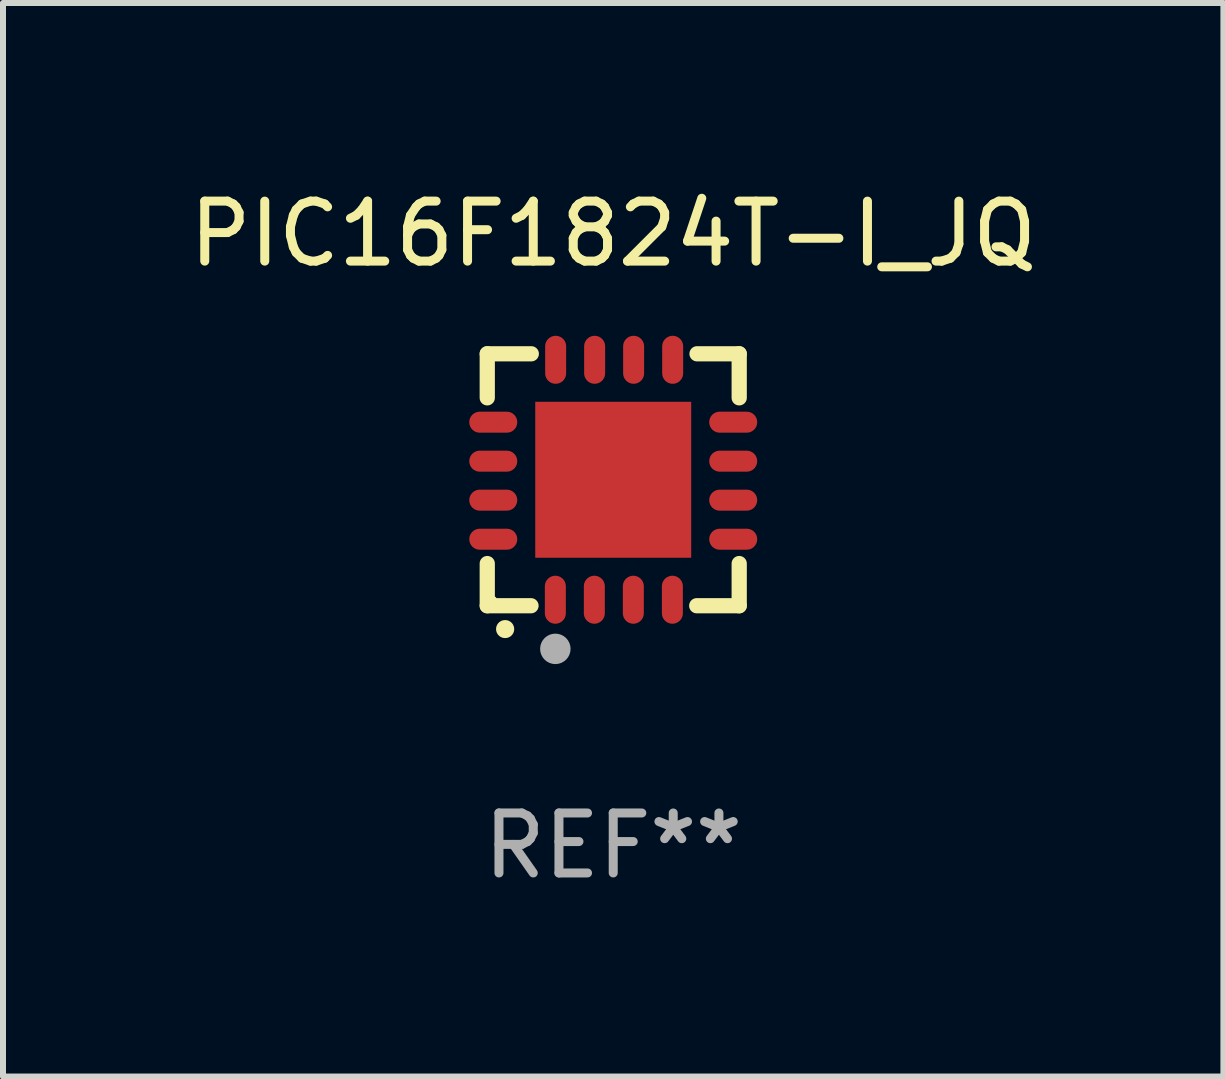
<source format=kicad_pcb>
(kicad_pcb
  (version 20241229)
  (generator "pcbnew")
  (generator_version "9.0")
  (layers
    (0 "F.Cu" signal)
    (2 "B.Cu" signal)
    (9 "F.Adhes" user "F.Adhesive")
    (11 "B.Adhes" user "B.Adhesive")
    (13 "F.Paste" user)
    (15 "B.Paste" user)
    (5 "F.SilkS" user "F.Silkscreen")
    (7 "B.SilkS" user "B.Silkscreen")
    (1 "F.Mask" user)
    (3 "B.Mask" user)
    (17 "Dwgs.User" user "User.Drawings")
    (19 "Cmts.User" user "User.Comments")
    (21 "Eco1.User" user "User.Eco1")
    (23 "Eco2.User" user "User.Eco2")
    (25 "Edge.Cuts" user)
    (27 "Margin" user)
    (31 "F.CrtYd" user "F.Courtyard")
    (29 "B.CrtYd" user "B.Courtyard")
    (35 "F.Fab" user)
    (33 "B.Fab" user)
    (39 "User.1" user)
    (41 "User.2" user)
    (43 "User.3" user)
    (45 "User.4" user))
  (footprint "PIC16F1824T-I_JQ"
    (layer "F.Cu")
    (at 7.173 4.948)
    (property "Reference" "PIC16F1824T-I_JQ" (at 0 -4.1 0) (layer "F.SilkS") (effects (font (size 1 1) (thickness 0.15))))
    (attr through_hole)
    (fp_line (start -2.1 -2.1) (end -1.366 -2.1) (stroke (width 0.254) (type solid)) (layer "F.SilkS"))
    (fp_line (start -2.1 -1.366) (end -2.1 -2.1) (stroke (width 0.254) (type solid)) (layer "F.SilkS"))
    (fp_line (start -2.1 2.1) (end -2.1 1.397) (stroke (width 0.254) (type solid)) (layer "F.SilkS"))
    (fp_line (start -2.1 2.1) (end -1.371 2.1) (stroke (width 0.254) (type solid)) (layer "F.SilkS"))
    (fp_line (start 1.392 2.1) (end 2.1 2.1) (stroke (width 0.254) (type solid)) (layer "F.SilkS"))
    (fp_line (start 1.397 -2.1) (end 2.1 -2.1) (stroke (width 0.254) (type solid)) (layer "F.SilkS"))
    (fp_line (start 2.1 -1.366) (end 2.1 -2.1) (stroke (width 0.254) (type solid)) (layer "F.SilkS"))
    (fp_line (start 2.1 2.1) (end 2.1 1.397) (stroke (width 0.254) (type solid)) (layer "F.SilkS"))
    (fp_arc (start -1.803404 2.489205) (mid -1.802134 2.4892) (end -1.800864 2.489205) (stroke (width 0.3) (type solid)) (layer "F.SilkS"))
    (fp_circle (center -2 2) (end -1.97 2) (stroke (width 0.06) (type solid)) (fill no) (layer "F.SilkS"))
    (fp_circle (center -0.965 2.819) (end -0.838 2.819) (stroke (width 0.254) (type solid)) (fill no) (layer "F.Fab"))
    (fp_text user "REF**" (at 0 6.1 0) (layer "F.Fab") (effects (font (size 1 1) (thickness 0.15))))
    (pad "1" smd oval (at -0.965 2) (size 0.35 0.8) (layers "F.Cu" "F.Mask" "F.Paste"))
    (pad "2" smd oval (at -0.315 2) (size 0.35 0.8) (layers "F.Cu" "F.Mask" "F.Paste"))
    (pad "3" smd oval (at 0.335 2) (size 0.35 0.8) (layers "F.Cu" "F.Mask" "F.Paste"))
    (pad "4" smd oval (at 0.986 2) (size 0.35 0.8) (layers "F.Cu" "F.Mask" "F.Paste"))
    (pad "5" smd oval (at 2 0.991 90) (size 0.35 0.8) (layers "F.Cu" "F.Mask" "F.Paste"))
    (pad "6" smd oval (at 2 0.34 90) (size 0.35 0.8) (layers "F.Cu" "F.Mask" "F.Paste"))
    (pad "7" smd oval (at 2 -0.31 90) (size 0.35 0.8) (layers "F.Cu" "F.Mask" "F.Paste"))
    (pad "8" smd oval (at 2 -0.96 90) (size 0.35 0.8) (layers "F.Cu" "F.Mask" "F.Paste"))
    (pad "9" smd oval (at 0.991 -2) (size 0.35 0.8) (layers "F.Cu" "F.Mask" "F.Paste"))
    (pad "10" smd oval (at 0.34 -2) (size 0.35 0.8) (layers "F.Cu" "F.Mask" "F.Paste"))
    (pad "11" smd oval (at -0.31 -2) (size 0.35 0.8) (layers "F.Cu" "F.Mask" "F.Paste"))
    (pad "12" smd oval (at -0.96 -2) (size 0.35 0.8) (layers "F.Cu" "F.Mask" "F.Paste"))
    (pad "13" smd oval (at -2 -0.96 90) (size 0.35 0.8) (layers "F.Cu" "F.Mask" "F.Paste"))
    (pad "14" smd oval (at -2 -0.31 90) (size 0.35 0.8) (layers "F.Cu" "F.Mask" "F.Paste"))
    (pad "15" smd oval (at -2 0.34 90) (size 0.35 0.8) (layers "F.Cu" "F.Mask" "F.Paste"))
    (pad "16" smd oval (at -2 0.991 90) (size 0.35 0.8) (layers "F.Cu" "F.Mask" "F.Paste"))
    (pad "17" smd rect (at 0 0 90) (size 2.6 2.6) (layers "F.Cu" "F.Mask" "F.Paste")))
  (gr_rect
    (start -3 -3)
    (end 17.345 14.896)
    (stroke (width 0.1) (type default))
    (fill no)
    (layer "Edge.Cuts")))
</source>
